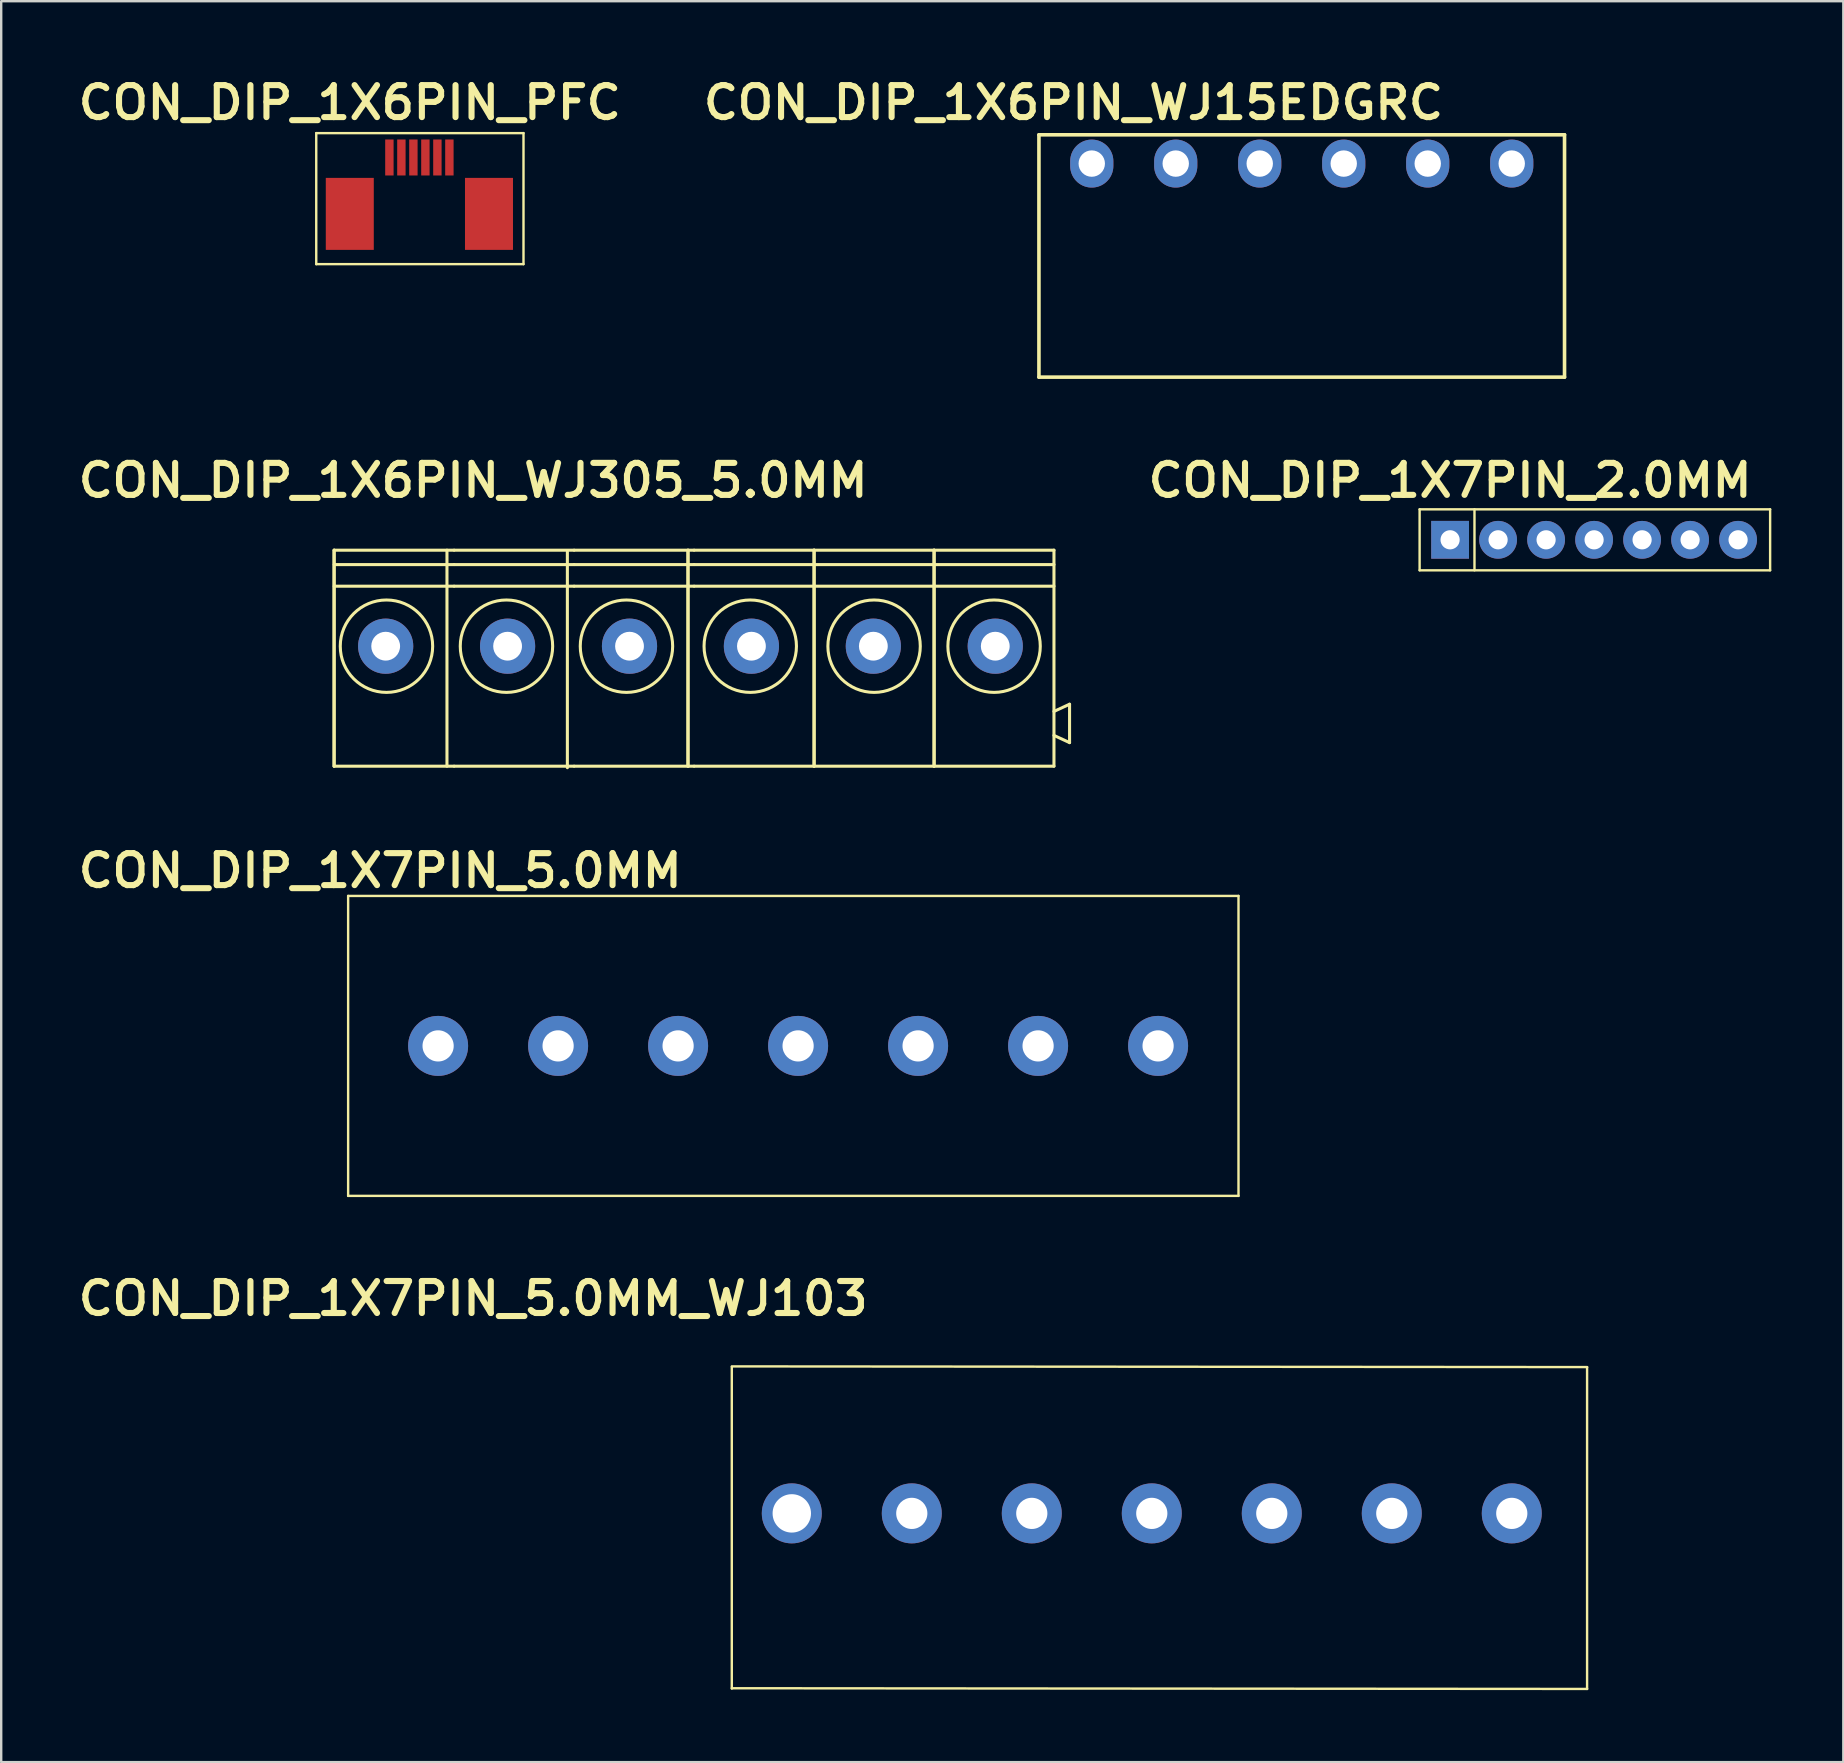
<source format=kicad_pcb>
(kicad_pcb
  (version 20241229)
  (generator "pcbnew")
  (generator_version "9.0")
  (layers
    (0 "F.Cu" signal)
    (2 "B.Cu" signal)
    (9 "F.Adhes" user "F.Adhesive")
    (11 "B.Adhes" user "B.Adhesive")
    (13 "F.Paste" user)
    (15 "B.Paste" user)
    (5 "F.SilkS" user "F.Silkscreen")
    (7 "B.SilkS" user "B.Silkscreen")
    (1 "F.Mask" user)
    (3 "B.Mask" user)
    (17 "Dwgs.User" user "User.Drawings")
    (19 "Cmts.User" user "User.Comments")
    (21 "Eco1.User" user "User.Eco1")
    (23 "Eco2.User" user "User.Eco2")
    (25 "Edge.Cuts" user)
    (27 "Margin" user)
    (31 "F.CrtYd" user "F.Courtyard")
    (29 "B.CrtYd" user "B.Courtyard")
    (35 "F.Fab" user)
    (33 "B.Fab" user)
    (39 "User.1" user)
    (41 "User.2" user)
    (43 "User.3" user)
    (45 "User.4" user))
  (footprint "CON_DIP_1X6PIN_PFC"
    (layer "F.Cu")
    (at 13.175 3.512)
    (property "Reference" "CON_DIP_1X6PIN_PFC" (at -1.651 -2.286 0) (unlocked yes) (layer "F.SilkS") (effects (font (size 1.333 1.402) (thickness 0.254))))
    (attr smd)
    (fp_line (start -3.048 -1.016) (end 5.588 -1.016) (stroke (width 0.1) (type solid)) (layer "F.SilkS"))
    (fp_line (start -3.048 4.445) (end -3.048 -1.016) (stroke (width 0.1) (type solid)) (layer "F.SilkS"))
    (fp_line (start -3.048 4.445) (end 5.588 4.445) (stroke (width 0.1) (type solid)) (layer "F.SilkS"))
    (fp_line (start 5.588 4.445) (end 5.588 -1.016) (stroke (width 0.1) (type solid)) (layer "F.SilkS"))
    (pad "1" smd rect (at 0 0 180) (size 0.35 1.5) (layers "F.Cu" "F.Mask" "F.Paste"))
    (pad "2" smd rect (at 0.5 0 180) (size 0.35 1.5) (layers "F.Cu" "F.Mask" "F.Paste"))
    (pad "3" smd rect (at 1 0 180) (size 0.35 1.5) (layers "F.Cu" "F.Mask" "F.Paste"))
    (pad "4" smd rect (at 1.5 0 180) (size 0.35 1.5) (layers "F.Cu" "F.Mask" "F.Paste"))
    (pad "5" smd rect (at 2 0 180) (size 0.35 1.5) (layers "F.Cu" "F.Mask" "F.Paste"))
    (pad "6" smd rect (at 2.5 0 180) (size 0.35 1.5) (layers "F.Cu" "F.Mask" "F.Paste"))
    (pad "NC" smd rect (at -1.65 2.35 180) (size 2 3) (layers "F.Cu" "F.Mask" "F.Paste"))
    (pad "NC_1" smd rect (at 4.15 2.35 180) (size 2 3) (layers "F.Cu" "F.Mask" "F.Paste")))
  (footprint "CON_DIP_1X6PIN_WJ15EDGRC"
    (layer "F.Cu")
    (at 51.267 5.226)
    (property "Reference" "CON_DIP_1X6PIN_WJ15EDGRC" (at -9.588 -4 0) (unlocked yes) (layer "F.SilkS") (effects (font (size 1.333 1.402) (thickness 0.254))))
    (attr smd)
    (fp_line (start -11.027 -2.66) (end 10.873 -2.66) (stroke (width 0.15) (type solid)) (layer "F.SilkS"))
    (fp_line (start -11.027 7.439) (end -11.027 -2.66) (stroke (width 0.15) (type solid)) (layer "F.SilkS"))
    (fp_line (start -11.027 7.439) (end 10.873 7.439) (stroke (width 0.15) (type solid)) (layer "F.SilkS"))
    (fp_line (start 10.873 7.439) (end 10.873 -2.66) (stroke (width 0.15) (type solid)) (layer "F.SilkS"))
    (pad "1" thru_hole oval (at -8.826 -1.46) (size 1.8 2) (drill 1.1) (layers "*.Cu" "*.Mask"))
    (pad "2" thru_hole oval (at -5.327 -1.46) (size 1.8 2) (drill 1.1) (layers "*.Cu" "*.Mask"))
    (pad "3" thru_hole oval (at -1.827 -1.46) (size 1.8 2) (drill 1.1) (layers "*.Cu" "*.Mask"))
    (pad "4" thru_hole oval (at 1.673 -1.46) (size 1.8 2) (drill 1.1) (layers "*.Cu" "*.Mask"))
    (pad "5" thru_hole oval (at 5.173 -1.46) (size 1.8 2) (drill 1.1) (layers "*.Cu" "*.Mask"))
    (pad "6" thru_hole oval (at 8.673 -1.46) (size 1.8 2) (drill 1.1) (layers "*.Cu" "*.Mask")))
  (footprint "CON_DIP_1X7PIN_5.0MM_WJ103"
    (layer "F.Cu")
    (at 44.923 59.882)
    (property "Reference" "CON_DIP_1X7PIN_5.0MM_WJ103" (at -28.258 -8.826 0) (unlocked yes) (layer "F.SilkS") (effects (font (size 1.333 1.402) (thickness 0.254))))
    (attr smd)
    (fp_line (start -17.481 -5.998) (end 18.161 -5.969) (stroke (width 0.1) (type solid)) (layer "F.SilkS"))
    (fp_line (start -17.481 7.413) (end 18.161 7.442) (stroke (width 0.1) (type solid)) (layer "F.SilkS"))
    (fp_line (start -17.481 7.427) (end -17.481 -5.973) (stroke (width 0.1) (type solid)) (layer "F.SilkS"))
    (fp_line (start 18.157 7.442) (end 18.157 -5.958) (stroke (width 0.1) (type solid)) (layer "F.SilkS"))
    (pad "1" thru_hole circle (at -14.981 0.127) (size 2.5 2.5) (drill 1.6) (layers "*.Cu" "*.Mask"))
    (pad "2" thru_hole circle (at -9.981 0.127) (size 2.5 2.5) (drill 1.3) (layers "*.Cu" "*.Mask"))
    (pad "3" thru_hole circle (at -4.981 0.127) (size 2.5 2.5) (drill 1.3) (layers "*.Cu" "*.Mask"))
    (pad "4" thru_hole circle (at 0.019 0.127) (size 2.5 2.5) (drill 1.3) (layers "*.Cu" "*.Mask"))
    (pad "5" thru_hole circle (at 5.019 0.127) (size 2.5 2.5) (drill 1.3) (layers "*.Cu" "*.Mask"))
    (pad "6" thru_hole circle (at 10.019 0.127) (size 2.5 2.5) (drill 1.3) (layers "*.Cu" "*.Mask"))
    (pad "7" thru_hole circle (at 15.019 0.127) (size 2.5 2.5) (drill 1.3) (layers "*.Cu" "*.Mask")))
  (footprint "CON_DIP_1X7PIN_2.0MM"
    (layer "F.Cu")
    (at 63.341 19.506)
    (property "Reference" "CON_DIP_1X7PIN_2.0MM" (at -5.969 -2.54 0) (unlocked yes) (layer "F.SilkS") (effects (font (size 1.333 1.402) (thickness 0.254))))
    (attr smd)
    (fp_line (start -7.239 -1.333) (end -7.239 1.206) (stroke (width 0.1) (type solid)) (layer "F.SilkS"))
    (fp_line (start -7.239 -1.333) (end 7.366 -1.333) (stroke (width 0.1) (type solid)) (layer "F.SilkS"))
    (fp_line (start -7.239 1.207) (end 7.366 1.207) (stroke (width 0.1) (type solid)) (layer "F.SilkS"))
    (fp_line (start -4.953 -1.334) (end -4.953 1.207) (stroke (width 0.1) (type solid)) (layer "F.SilkS"))
    (fp_line (start 7.366 1.207) (end 7.366 -1.333) (stroke (width 0.1) (type solid)) (layer "F.SilkS"))
    (pad "1" thru_hole rect (at -5.969 -0.064) (size 1.575 1.575) (drill 0.8) (layers "*.Cu" "*.Mask"))
    (pad "2" thru_hole circle (at -3.969 -0.064) (size 1.575 1.575) (drill 0.8) (layers "*.Cu" "*.Mask"))
    (pad "3" thru_hole circle (at -1.969 -0.063) (size 1.575 1.575) (drill 0.8) (layers "*.Cu" "*.Mask"))
    (pad "4" thru_hole circle (at 0.031 -0.063) (size 1.575 1.575) (drill 0.8) (layers "*.Cu" "*.Mask"))
    (pad "5" thru_hole circle (at 2.031 -0.063) (size 1.575 1.575) (drill 0.8) (layers "*.Cu" "*.Mask"))
    (pad "6" thru_hole circle (at 4.031 -0.063) (size 1.575 1.575) (drill 0.8) (layers "*.Cu" "*.Mask"))
    (pad "7" thru_hole circle (at 6.031 -0.064) (size 1.575 1.575) (drill 0.8) (layers "*.Cu" "*.Mask")))
  (footprint "CON_DIP_1X7PIN_5.0MM"
    (layer "F.Cu")
    (at 30.255 40.466)
    (property "Reference" "CON_DIP_1X7PIN_5.0MM" (at -17.462 -7.239 0) (unlocked yes) (layer "F.SilkS") (effects (font (size 1.333 1.402) (thickness 0.254))))
    (attr smd)
    (fp_line (start -18.799 -6.186) (end 18.3 -6.186) (stroke (width 0.1) (type solid)) (layer "F.SilkS"))
    (fp_line (start -18.799 6.314) (end -18.799 -6.186) (stroke (width 0.1) (type solid)) (layer "F.SilkS"))
    (fp_line (start -18.799 6.314) (end 18.3 6.314) (stroke (width 0.1) (type solid)) (layer "F.SilkS"))
    (fp_line (start 18.3 6.314) (end 18.3 -6.186) (stroke (width 0.1) (type solid)) (layer "F.SilkS"))
    (pad "1" thru_hole circle (at -15.05 0.064) (size 2.5 2.5) (drill 1.3) (layers "*.Cu" "*.Mask"))
    (pad "2" thru_hole circle (at -10.05 0.064) (size 2.5 2.5) (drill 1.3) (layers "*.Cu" "*.Mask"))
    (pad "3" thru_hole circle (at -5.05 0.064) (size 2.5 2.5) (drill 1.3) (layers "*.Cu" "*.Mask"))
    (pad "4" thru_hole circle (at -0.05 0.064) (size 2.5 2.5) (drill 1.3) (layers "*.Cu" "*.Mask"))
    (pad "5" thru_hole circle (at 4.95 0.064) (size 2.5 2.5) (drill 1.3) (layers "*.Cu" "*.Mask"))
    (pad "6" thru_hole circle (at 9.95 0.064) (size 2.5 2.5) (drill 1.3) (layers "*.Cu" "*.Mask"))
    (pad "7" thru_hole circle (at 14.95 0.064) (size 2.5 2.5) (drill 1.3) (layers "*.Cu" "*.Mask")))
  (footprint "CON_DIP_1X6PIN_WJ305_5.0MM"
    (layer "F.Cu")
    (at 25.682 23.761)
    (property "Reference" "CON_DIP_1X6PIN_WJ305_5.0MM" (at -9.017 -6.795 0) (unlocked yes) (layer "F.SilkS") (effects (font (size 1.333 1.402) (thickness 0.254))))
    (attr smd)
    (fp_line (start -14.816 -3.886) (end -14.816 5.114) (stroke (width 0.127) (type solid)) (layer "F.SilkS"))
    (fp_line (start -14.806 -3.886) (end -14.806 5.114) (stroke (width 0.127) (type solid)) (layer "F.SilkS"))
    (fp_line (start -10.108 -3.886) (end -10.108 5.114) (stroke (width 0.127) (type solid)) (layer "F.SilkS"))
    (fp_line (start -9.816 -3.886) (end -14.806 -3.886) (stroke (width 0.127) (type solid)) (layer "F.SilkS"))
    (fp_line (start -9.816 -3.286) (end -14.806 -3.286) (stroke (width 0.127) (type solid)) (layer "F.SilkS"))
    (fp_line (start -9.816 -2.386) (end -14.806 -2.386) (stroke (width 0.127) (type solid)) (layer "F.SilkS"))
    (fp_line (start -9.816 5.114) (end -14.806 5.114) (stroke (width 0.127) (type solid)) (layer "F.SilkS"))
    (fp_line (start -5.091 -3.823) (end -5.091 5.177) (stroke (width 0.127) (type solid)) (layer "F.SilkS"))
    (fp_line (start -4.816 -3.886) (end -9.806 -3.886) (stroke (width 0.127) (type solid)) (layer "F.SilkS"))
    (fp_line (start -4.816 -3.286) (end -9.806 -3.286) (stroke (width 0.127) (type solid)) (layer "F.SilkS"))
    (fp_line (start -4.816 -2.386) (end -9.806 -2.386) (stroke (width 0.127) (type solid)) (layer "F.SilkS"))
    (fp_line (start -4.816 5.114) (end -9.806 5.114) (stroke (width 0.127) (type solid)) (layer "F.SilkS"))
    (fp_line (start -0.07 -3.886) (end -0.07 5.114) (stroke (width 0.127) (type solid)) (layer "F.SilkS"))
    (fp_line (start -0.06 -3.886) (end -0.06 5.114) (stroke (width 0.127) (type solid)) (layer "F.SilkS"))
    (fp_line (start 0.184 -3.886) (end -4.806 -3.886) (stroke (width 0.127) (type solid)) (layer "F.SilkS"))
    (fp_line (start 0.184 -3.286) (end -4.806 -3.286) (stroke (width 0.127) (type solid)) (layer "F.SilkS"))
    (fp_line (start 0.184 -2.386) (end -4.806 -2.386) (stroke (width 0.127) (type solid)) (layer "F.SilkS"))
    (fp_line (start 0.184 5.114) (end -4.806 5.114) (stroke (width 0.127) (type solid)) (layer "F.SilkS"))
    (fp_line (start 5.184 -3.886) (end 0.194 -3.886) (stroke (width 0.127) (type solid)) (layer "F.SilkS"))
    (fp_line (start 5.184 -3.886) (end 5.184 5.114) (stroke (width 0.127) (type solid)) (layer "F.SilkS"))
    (fp_line (start 5.184 -3.286) (end 0.194 -3.286) (stroke (width 0.127) (type solid)) (layer "F.SilkS"))
    (fp_line (start 5.184 -2.386) (end 0.194 -2.386) (stroke (width 0.127) (type solid)) (layer "F.SilkS"))
    (fp_line (start 5.184 5.114) (end 0.194 5.114) (stroke (width 0.127) (type solid)) (layer "F.SilkS"))
    (fp_line (start 5.194 -3.886) (end 5.194 5.114) (stroke (width 0.127) (type solid)) (layer "F.SilkS"))
    (fp_line (start 10.184 -3.886) (end 5.194 -3.886) (stroke (width 0.127) (type solid)) (layer "F.SilkS"))
    (fp_line (start 10.184 -3.886) (end 10.184 5.114) (stroke (width 0.127) (type solid)) (layer "F.SilkS"))
    (fp_line (start 10.184 -3.286) (end 5.194 -3.286) (stroke (width 0.127) (type solid)) (layer "F.SilkS"))
    (fp_line (start 10.184 -2.386) (end 5.194 -2.386) (stroke (width 0.127) (type solid)) (layer "F.SilkS"))
    (fp_line (start 10.184 5.114) (end 5.194 5.114) (stroke (width 0.127) (type solid)) (layer "F.SilkS"))
    (fp_line (start 10.194 -3.886) (end 10.194 5.114) (stroke (width 0.127) (type solid)) (layer "F.SilkS"))
    (fp_line (start 15.184 -3.886) (end 10.194 -3.886) (stroke (width 0.127) (type solid)) (layer "F.SilkS"))
    (fp_line (start 15.184 -3.886) (end 15.184 5.114) (stroke (width 0.127) (type solid)) (layer "F.SilkS"))
    (fp_line (start 15.184 -3.286) (end 10.194 -3.286) (stroke (width 0.127) (type solid)) (layer "F.SilkS"))
    (fp_line (start 15.184 -2.386) (end 10.194 -2.386) (stroke (width 0.127) (type solid)) (layer "F.SilkS"))
    (fp_line (start 15.184 5.114) (end 10.194 5.114) (stroke (width 0.127) (type solid)) (layer "F.SilkS"))
    (fp_line (start 15.834 2.532) (end 15.184 2.832) (stroke (width 0.127) (type solid)) (layer "F.SilkS"))
    (fp_line (start 15.834 2.532) (end 15.834 4.132) (stroke (width 0.127) (type solid)) (layer "F.SilkS"))
    (fp_line (start 15.834 4.132) (end 15.184 3.832) (stroke (width 0.127) (type solid)) (layer "F.SilkS"))
    (fp_circle (center -12.629 0.114) (end -14.554 0.114) (stroke (width 0.127) (type solid)) (fill no) (layer "F.SilkS"))
    (fp_circle (center -7.629 0.114) (end -9.554 0.114) (stroke (width 0.127) (type solid)) (fill no) (layer "F.SilkS"))
    (fp_circle (center -2.629 0.114) (end -4.554 0.114) (stroke (width 0.127) (type solid)) (fill no) (layer "F.SilkS"))
    (fp_circle (center 2.529 0.114) (end 0.604 0.114) (stroke (width 0.127) (type solid)) (fill no) (layer "F.SilkS"))
    (fp_circle (center 7.689 0.114) (end 5.764 0.114) (stroke (width 0.127) (type solid)) (fill no) (layer "F.SilkS"))
    (fp_circle (center 12.689 0.114) (end 10.764 0.114) (stroke (width 0.127) (type solid)) (fill no) (layer "F.SilkS"))
    (pad "1" thru_hole circle (at -12.662 0.114 270) (size 2.3 2.3) (drill 1.2) (layers "*.Cu" "*.Mask"))
    (pad "2" thru_hole circle (at -7.582 0.114 270) (size 2.3 2.3) (drill 1.2) (layers "*.Cu" "*.Mask"))
    (pad "3" thru_hole circle (at -2.502 0.114 270) (size 2.3 2.3) (drill 1.2) (layers "*.Cu" "*.Mask"))
    (pad "4" thru_hole circle (at 2.578 0.114 270) (size 2.3 2.3) (drill 1.2) (layers "*.Cu" "*.Mask"))
    (pad "5" thru_hole circle (at 7.658 0.114 270) (size 2.3 2.3) (drill 1.2) (layers "*.Cu" "*.Mask"))
    (pad "6" thru_hole circle (at 12.738 0.114 270) (size 2.3 2.3) (drill 1.2) (layers "*.Cu" "*.Mask")))
  (gr_rect
    (start -3 -3)
    (end 73.757 70.374)
    (stroke (width 0.1) (type default))
    (fill no)
    (layer "Edge.Cuts")))
</source>
